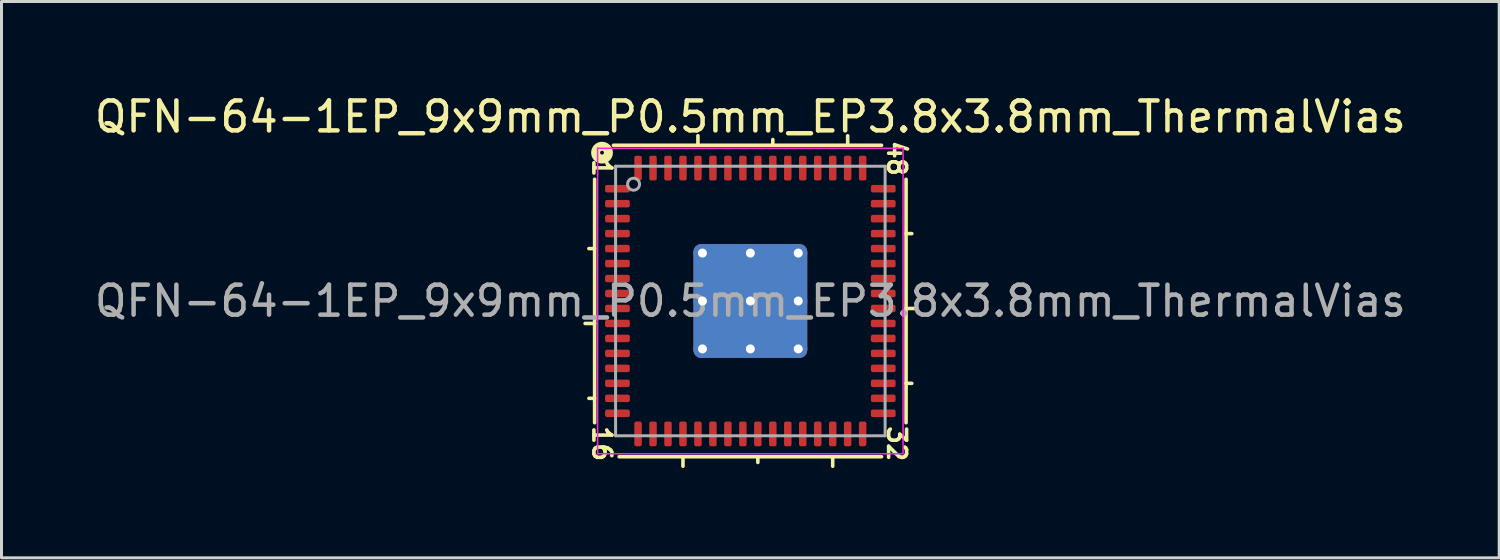
<source format=kicad_pcb>
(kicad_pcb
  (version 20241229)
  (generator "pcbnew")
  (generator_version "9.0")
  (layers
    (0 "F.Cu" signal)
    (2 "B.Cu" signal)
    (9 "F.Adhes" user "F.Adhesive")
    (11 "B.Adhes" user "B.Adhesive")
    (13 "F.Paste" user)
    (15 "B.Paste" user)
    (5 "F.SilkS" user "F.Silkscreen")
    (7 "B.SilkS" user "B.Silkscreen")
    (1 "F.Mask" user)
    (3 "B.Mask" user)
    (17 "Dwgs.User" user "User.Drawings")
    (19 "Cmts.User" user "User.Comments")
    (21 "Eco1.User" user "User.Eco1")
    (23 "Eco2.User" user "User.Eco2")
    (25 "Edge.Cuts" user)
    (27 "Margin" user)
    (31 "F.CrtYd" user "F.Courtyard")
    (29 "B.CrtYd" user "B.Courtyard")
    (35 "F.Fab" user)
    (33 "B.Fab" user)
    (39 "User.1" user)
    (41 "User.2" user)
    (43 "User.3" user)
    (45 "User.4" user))
  (footprint "QFN-64-1EP_9x9mm_P0.5mm_EP3.8x3.8mm_ThermalVias"
    (layer "F.Cu")
    (at 22.006 7.001)
    (property "Reference" "QFN-64-1EP_9x9mm_P0.5mm_EP3.8x3.8mm_ThermalVias" (at 0 -6.152 0) (layer "F.SilkS") (effects (font (size 1 1) (thickness 0.15))))
    (attr smd)
    (fp_line (start -5.2 -4.064) (end -5.2 4.064) (stroke (width 0.12) (type solid)) (layer "F.SilkS"))
    (fp_line (start -5.2 -1.75) (end -5.391 -1.75) (stroke (width 0.12) (type solid)) (layer "F.SilkS"))
    (fp_line (start -5.2 0.75) (end -5.518 0.75) (stroke (width 0.12) (type solid)) (layer "F.SilkS"))
    (fp_line (start -5.2 3.25) (end -5.391 3.25) (stroke (width 0.12) (type solid)) (layer "F.SilkS"))
    (fp_line (start -4.381 5.2) (end 4.381 5.2) (stroke (width 0.12) (type solid)) (layer "F.SilkS"))
    (fp_line (start -2.25 5.2) (end -2.25 5.518) (stroke (width 0.12) (type solid)) (layer "F.SilkS"))
    (fp_line (start -1.75 -5.2) (end -1.75 -5.518) (stroke (width 0.12) (type solid)) (layer "F.SilkS"))
    (fp_line (start 0.25 5.2) (end 0.25 5.391) (stroke (width 0.12) (type solid)) (layer "F.SilkS"))
    (fp_line (start 0.75 -5.2) (end 0.75 -5.391) (stroke (width 0.12) (type solid)) (layer "F.SilkS"))
    (fp_line (start 2.75 5.2) (end 2.75 5.518) (stroke (width 0.12) (type solid)) (layer "F.SilkS"))
    (fp_line (start 3.25 -5.2) (end 3.25 -5.518) (stroke (width 0.12) (type solid)) (layer "F.SilkS"))
    (fp_line (start 4.381 -5.2) (end -4.572 -5.2) (stroke (width 0.12) (type solid)) (layer "F.SilkS"))
    (fp_line (start 5.2 -2.25) (end 5.391 -2.25) (stroke (width 0.12) (type solid)) (layer "F.SilkS"))
    (fp_line (start 5.2 0.25) (end 5.518 0.25) (stroke (width 0.12) (type solid)) (layer "F.SilkS"))
    (fp_line (start 5.2 2.75) (end 5.391 2.75) (stroke (width 0.12) (type solid)) (layer "F.SilkS"))
    (fp_line (start 5.2 4.064) (end 5.2 -4.064) (stroke (width 0.12) (type solid)) (layer "F.SilkS"))
    (fp_circle (center -4.953 -4.953) (end -4.889 -4.953) (stroke (width 0.3) (type solid)) (fill no) (layer "F.SilkS"))
    (fp_line (start -5.1 -5.1) (end -5.1 5.1) (stroke (width 0.05) (type solid)) (layer "F.CrtYd"))
    (fp_line (start -5.1 5.1) (end 5.1 5.1) (stroke (width 0.05) (type solid)) (layer "F.CrtYd"))
    (fp_line (start 5.1 -5.1) (end -5.1 -5.1) (stroke (width 0.05) (type solid)) (layer "F.CrtYd"))
    (fp_line (start 5.1 5.1) (end 5.1 -5.1) (stroke (width 0.05) (type solid)) (layer "F.CrtYd"))
    (fp_line (start -4.5 -4.5) (end 4.5 -4.5) (stroke (width 0.1) (type solid)) (layer "F.Fab"))
    (fp_line (start -4.5 4.5) (end -4.5 -4.5) (stroke (width 0.1) (type solid)) (layer "F.Fab"))
    (fp_line (start 4.5 -4.5) (end 4.5 4.5) (stroke (width 0.1) (type solid)) (layer "F.Fab"))
    (fp_line (start 4.5 4.5) (end -4.5 4.5) (stroke (width 0.1) (type solid)) (layer "F.Fab"))
    (fp_circle (center -3.9 -3.9) (end -3.7 -3.9) (stroke (width 0.1) (type solid)) (fill no) (layer "F.Fab"))
    (fp_text user "32" (at 4.889 4.763 270) (unlocked yes) (layer "F.SilkS") (effects (font (size 0.6 0.6) (thickness 0.12))))
    (fp_text user "16" (at -4.953 4.763 270) (unlocked yes) (layer "F.SilkS") (effects (font (size 0.6 0.6) (thickness 0.12))))
    (fp_text user "48" (at 4.889 -4.763 270) (unlocked yes) (layer "F.SilkS") (effects (font (size 0.6 0.6) (thickness 0.12))))
    (fp_text user "1" (at -4.953 -4.445 270) (unlocked yes) (layer "F.SilkS") (effects (font (size 0.6 0.6) (thickness 0.12))))
    (fp_text user "${REFERENCE}" (at 0 0 0) (layer "F.Fab") (effects (font (size 1 1) (thickness 0.15))))
    (pad "" smd custom (at -0.875 -0.875) (size 1.415 1.415) (layers "F.Paste") (options (anchor circle)) (primitives (gr_poly (pts (xy 0.649 -0.553) (xy 0.649 0.553) (xy 0.553 0.649) (xy -0.553 0.649) (xy -0.649 0.553) (xy -0.649 -0.553) (xy -0.553 -0.649) (xy 0.553 -0.649)) (width 0.233) (fill yes))))
    (pad "" smd custom (at -0.875 0.875) (size 1.415 1.415) (layers "F.Paste") (options (anchor circle)) (primitives (gr_poly (pts (xy 0.649 -0.553) (xy 0.649 0.553) (xy 0.553 0.649) (xy -0.553 0.649) (xy -0.649 0.553) (xy -0.649 -0.553) (xy -0.553 -0.649) (xy 0.553 -0.649)) (width 0.233) (fill yes))))
    (pad "" smd custom (at 0.875 -0.875) (size 1.415 1.415) (layers "F.Paste") (options (anchor circle)) (primitives (gr_poly (pts (xy 0.649 -0.553) (xy 0.649 0.553) (xy 0.553 0.649) (xy -0.553 0.649) (xy -0.649 0.553) (xy -0.649 -0.553) (xy -0.553 -0.649) (xy 0.553 -0.649)) (width 0.233) (fill yes))))
    (pad "" smd custom (at 0.875 0.875) (size 1.415 1.415) (layers "F.Paste") (options (anchor circle)) (primitives (gr_poly (pts (xy 0.649 -0.553) (xy 0.649 0.553) (xy 0.553 0.649) (xy -0.553 0.649) (xy -0.649 0.553) (xy -0.649 -0.553) (xy -0.553 -0.649) (xy 0.553 -0.649)) (width 0.233) (fill yes))))
    (pad "1" smd roundrect (at -4.438 -3.75) (size 0.825 0.25) (layers "F.Cu" "F.Mask" "F.Paste") (roundrect_rratio 0.25))
    (pad "2" smd roundrect (at -4.438 -3.25) (size 0.825 0.25) (layers "F.Cu" "F.Mask" "F.Paste") (roundrect_rratio 0.25))
    (pad "3" smd roundrect (at -4.438 -2.75) (size 0.825 0.25) (layers "F.Cu" "F.Mask" "F.Paste") (roundrect_rratio 0.25))
    (pad "4" smd roundrect (at -4.438 -2.25) (size 0.825 0.25) (layers "F.Cu" "F.Mask" "F.Paste") (roundrect_rratio 0.25))
    (pad "5" smd roundrect (at -4.438 -1.75) (size 0.825 0.25) (layers "F.Cu" "F.Mask" "F.Paste") (roundrect_rratio 0.25))
    (pad "6" smd roundrect (at -4.438 -1.25) (size 0.825 0.25) (layers "F.Cu" "F.Mask" "F.Paste") (roundrect_rratio 0.25))
    (pad "7" smd roundrect (at -4.438 -0.75) (size 0.825 0.25) (layers "F.Cu" "F.Mask" "F.Paste") (roundrect_rratio 0.25))
    (pad "8" smd roundrect (at -4.438 -0.25) (size 0.825 0.25) (layers "F.Cu" "F.Mask" "F.Paste") (roundrect_rratio 0.25))
    (pad "9" smd roundrect (at -4.438 0.25) (size 0.825 0.25) (layers "F.Cu" "F.Mask" "F.Paste") (roundrect_rratio 0.25))
    (pad "10" smd roundrect (at -4.438 0.75) (size 0.825 0.25) (layers "F.Cu" "F.Mask" "F.Paste") (roundrect_rratio 0.25))
    (pad "11" smd roundrect (at -4.438 1.25) (size 0.825 0.25) (layers "F.Cu" "F.Mask" "F.Paste") (roundrect_rratio 0.25))
    (pad "12" smd roundrect (at -4.438 1.75) (size 0.825 0.25) (layers "F.Cu" "F.Mask" "F.Paste") (roundrect_rratio 0.25))
    (pad "13" smd roundrect (at -4.438 2.25) (size 0.825 0.25) (layers "F.Cu" "F.Mask" "F.Paste") (roundrect_rratio 0.25))
    (pad "14" smd roundrect (at -4.438 2.75) (size 0.825 0.25) (layers "F.Cu" "F.Mask" "F.Paste") (roundrect_rratio 0.25))
    (pad "15" smd roundrect (at -4.438 3.25) (size 0.825 0.25) (layers "F.Cu" "F.Mask" "F.Paste") (roundrect_rratio 0.25))
    (pad "16" smd roundrect (at -4.438 3.75) (size 0.825 0.25) (layers "F.Cu" "F.Mask" "F.Paste") (roundrect_rratio 0.25))
    (pad "17" smd roundrect (at -3.75 4.438) (size 0.25 0.825) (layers "F.Cu" "F.Mask" "F.Paste") (roundrect_rratio 0.25))
    (pad "18" smd roundrect (at -3.25 4.438) (size 0.25 0.825) (layers "F.Cu" "F.Mask" "F.Paste") (roundrect_rratio 0.25))
    (pad "19" smd roundrect (at -2.75 4.438) (size 0.25 0.825) (layers "F.Cu" "F.Mask" "F.Paste") (roundrect_rratio 0.25))
    (pad "20" smd roundrect (at -2.25 4.438) (size 0.25 0.825) (layers "F.Cu" "F.Mask" "F.Paste") (roundrect_rratio 0.25))
    (pad "21" smd roundrect (at -1.75 4.438) (size 0.25 0.825) (layers "F.Cu" "F.Mask" "F.Paste") (roundrect_rratio 0.25))
    (pad "22" smd roundrect (at -1.25 4.438) (size 0.25 0.825) (layers "F.Cu" "F.Mask" "F.Paste") (roundrect_rratio 0.25))
    (pad "23" smd roundrect (at -0.75 4.438) (size 0.25 0.825) (layers "F.Cu" "F.Mask" "F.Paste") (roundrect_rratio 0.25))
    (pad "24" smd roundrect (at -0.25 4.438) (size 0.25 0.825) (layers "F.Cu" "F.Mask" "F.Paste") (roundrect_rratio 0.25))
    (pad "25" smd roundrect (at 0.25 4.438) (size 0.25 0.825) (layers "F.Cu" "F.Mask" "F.Paste") (roundrect_rratio 0.25))
    (pad "26" smd roundrect (at 0.75 4.438) (size 0.25 0.825) (layers "F.Cu" "F.Mask" "F.Paste") (roundrect_rratio 0.25))
    (pad "27" smd roundrect (at 1.25 4.438) (size 0.25 0.825) (layers "F.Cu" "F.Mask" "F.Paste") (roundrect_rratio 0.25))
    (pad "28" smd roundrect (at 1.75 4.438) (size 0.25 0.825) (layers "F.Cu" "F.Mask" "F.Paste") (roundrect_rratio 0.25))
    (pad "29" smd roundrect (at 2.25 4.438) (size 0.25 0.825) (layers "F.Cu" "F.Mask" "F.Paste") (roundrect_rratio 0.25))
    (pad "30" smd roundrect (at 2.75 4.438) (size 0.25 0.825) (layers "F.Cu" "F.Mask" "F.Paste") (roundrect_rratio 0.25))
    (pad "31" smd roundrect (at 3.25 4.438) (size 0.25 0.825) (layers "F.Cu" "F.Mask" "F.Paste") (roundrect_rratio 0.25))
    (pad "32" smd roundrect (at 3.75 4.438) (size 0.25 0.825) (layers "F.Cu" "F.Mask" "F.Paste") (roundrect_rratio 0.25))
    (pad "33" smd roundrect (at 4.438 3.75) (size 0.825 0.25) (layers "F.Cu" "F.Mask" "F.Paste") (roundrect_rratio 0.25))
    (pad "34" smd roundrect (at 4.438 3.25) (size 0.825 0.25) (layers "F.Cu" "F.Mask" "F.Paste") (roundrect_rratio 0.25))
    (pad "35" smd roundrect (at 4.438 2.75) (size 0.825 0.25) (layers "F.Cu" "F.Mask" "F.Paste") (roundrect_rratio 0.25))
    (pad "36" smd roundrect (at 4.438 2.25) (size 0.825 0.25) (layers "F.Cu" "F.Mask" "F.Paste") (roundrect_rratio 0.25))
    (pad "37" smd roundrect (at 4.438 1.75) (size 0.825 0.25) (layers "F.Cu" "F.Mask" "F.Paste") (roundrect_rratio 0.25))
    (pad "38" smd roundrect (at 4.438 1.25) (size 0.825 0.25) (layers "F.Cu" "F.Mask" "F.Paste") (roundrect_rratio 0.25))
    (pad "39" smd roundrect (at 4.438 0.75) (size 0.825 0.25) (layers "F.Cu" "F.Mask" "F.Paste") (roundrect_rratio 0.25))
    (pad "40" smd roundrect (at 4.438 0.25) (size 0.825 0.25) (layers "F.Cu" "F.Mask" "F.Paste") (roundrect_rratio 0.25))
    (pad "41" smd roundrect (at 4.438 -0.25) (size 0.825 0.25) (layers "F.Cu" "F.Mask" "F.Paste") (roundrect_rratio 0.25))
    (pad "42" smd roundrect (at 4.438 -0.75) (size 0.825 0.25) (layers "F.Cu" "F.Mask" "F.Paste") (roundrect_rratio 0.25))
    (pad "43" smd roundrect (at 4.438 -1.25) (size 0.825 0.25) (layers "F.Cu" "F.Mask" "F.Paste") (roundrect_rratio 0.25))
    (pad "44" smd roundrect (at 4.438 -1.75) (size 0.825 0.25) (layers "F.Cu" "F.Mask" "F.Paste") (roundrect_rratio 0.25))
    (pad "45" smd roundrect (at 4.438 -2.25) (size 0.825 0.25) (layers "F.Cu" "F.Mask" "F.Paste") (roundrect_rratio 0.25))
    (pad "46" smd roundrect (at 4.438 -2.75) (size 0.825 0.25) (layers "F.Cu" "F.Mask" "F.Paste") (roundrect_rratio 0.25))
    (pad "47" smd roundrect (at 4.438 -3.25) (size 0.825 0.25) (layers "F.Cu" "F.Mask" "F.Paste") (roundrect_rratio 0.25))
    (pad "48" smd roundrect (at 4.438 -3.75) (size 0.825 0.25) (layers "F.Cu" "F.Mask" "F.Paste") (roundrect_rratio 0.25))
    (pad "49" smd roundrect (at 3.75 -4.438) (size 0.25 0.825) (layers "F.Cu" "F.Mask" "F.Paste") (roundrect_rratio 0.25))
    (pad "50" smd roundrect (at 3.25 -4.438) (size 0.25 0.825) (layers "F.Cu" "F.Mask" "F.Paste") (roundrect_rratio 0.25))
    (pad "51" smd roundrect (at 2.75 -4.438) (size 0.25 0.825) (layers "F.Cu" "F.Mask" "F.Paste") (roundrect_rratio 0.25))
    (pad "52" smd roundrect (at 2.25 -4.438) (size 0.25 0.825) (layers "F.Cu" "F.Mask" "F.Paste") (roundrect_rratio 0.25))
    (pad "53" smd roundrect (at 1.75 -4.438) (size 0.25 0.825) (layers "F.Cu" "F.Mask" "F.Paste") (roundrect_rratio 0.25))
    (pad "54" smd roundrect (at 1.25 -4.438) (size 0.25 0.825) (layers "F.Cu" "F.Mask" "F.Paste") (roundrect_rratio 0.25))
    (pad "55" smd roundrect (at 0.75 -4.438) (size 0.25 0.825) (layers "F.Cu" "F.Mask" "F.Paste") (roundrect_rratio 0.25))
    (pad "56" smd roundrect (at 0.25 -4.438) (size 0.25 0.825) (layers "F.Cu" "F.Mask" "F.Paste") (roundrect_rratio 0.25))
    (pad "57" smd roundrect (at -0.25 -4.438) (size 0.25 0.825) (layers "F.Cu" "F.Mask" "F.Paste") (roundrect_rratio 0.25))
    (pad "58" smd roundrect (at -0.75 -4.438) (size 0.25 0.825) (layers "F.Cu" "F.Mask" "F.Paste") (roundrect_rratio 0.25))
    (pad "59" smd roundrect (at -1.25 -4.438) (size 0.25 0.825) (layers "F.Cu" "F.Mask" "F.Paste") (roundrect_rratio 0.25))
    (pad "60" smd roundrect (at -1.75 -4.438) (size 0.25 0.825) (layers "F.Cu" "F.Mask" "F.Paste") (roundrect_rratio 0.25))
    (pad "61" smd roundrect (at -2.25 -4.438) (size 0.25 0.825) (layers "F.Cu" "F.Mask" "F.Paste") (roundrect_rratio 0.25))
    (pad "62" smd roundrect (at -2.75 -4.438) (size 0.25 0.825) (layers "F.Cu" "F.Mask" "F.Paste") (roundrect_rratio 0.25))
    (pad "63" smd roundrect (at -3.25 -4.438) (size 0.25 0.825) (layers "F.Cu" "F.Mask" "F.Paste") (roundrect_rratio 0.25))
    (pad "64" smd roundrect (at -3.75 -4.438) (size 0.25 0.825) (layers "F.Cu" "F.Mask" "F.Paste") (roundrect_rratio 0.25))
    (pad "65" thru_hole circle (at -1.6 -1.6) (size 0.6 0.6) (drill 0.3) (property pad_prop_heatsink) (layers "*.Cu"))
    (pad "65" thru_hole circle (at -1.6 0) (size 0.6 0.6) (drill 0.3) (property pad_prop_heatsink) (layers "*.Cu"))
    (pad "65" thru_hole circle (at -1.6 1.6) (size 0.6 0.6) (drill 0.3) (property pad_prop_heatsink) (layers "*.Cu"))
    (pad "65" thru_hole circle (at 0 -1.6) (size 0.6 0.6) (drill 0.3) (property pad_prop_heatsink) (layers "*.Cu"))
    (pad "65" thru_hole circle (at 0 0) (size 0.6 0.6) (drill 0.3) (property pad_prop_heatsink) (layers "*.Cu"))
    (pad "65" smd roundrect (at 0 0) (size 3.8 3.8) (layers "F.Cu" "F.Mask") (roundrect_rratio 0.066))
    (pad "65" smd roundrect (at 0 0) (size 3.8 3.8) (layers "B.Cu" "B.Mask") (roundrect_rratio 0.066))
    (pad "65" thru_hole circle (at 0 1.6) (size 0.6 0.6) (drill 0.3) (property pad_prop_heatsink) (layers "*.Cu"))
    (pad "65" thru_hole circle (at 1.6 -1.6) (size 0.6 0.6) (drill 0.3) (property pad_prop_heatsink) (layers "*.Cu"))
    (pad "65" thru_hole circle (at 1.6 0) (size 0.6 0.6) (drill 0.3) (property pad_prop_heatsink) (layers "*.Cu"))
    (pad "65" thru_hole circle (at 1.6 1.6) (size 0.6 0.6) (drill 0.3) (property pad_prop_heatsink) (layers "*.Cu")))
  (gr_rect
    (start -3 -3)
    (end 47.012 15.578)
    (stroke (width 0.1) (type default))
    (fill no)
    (layer "Edge.Cuts")))
</source>
